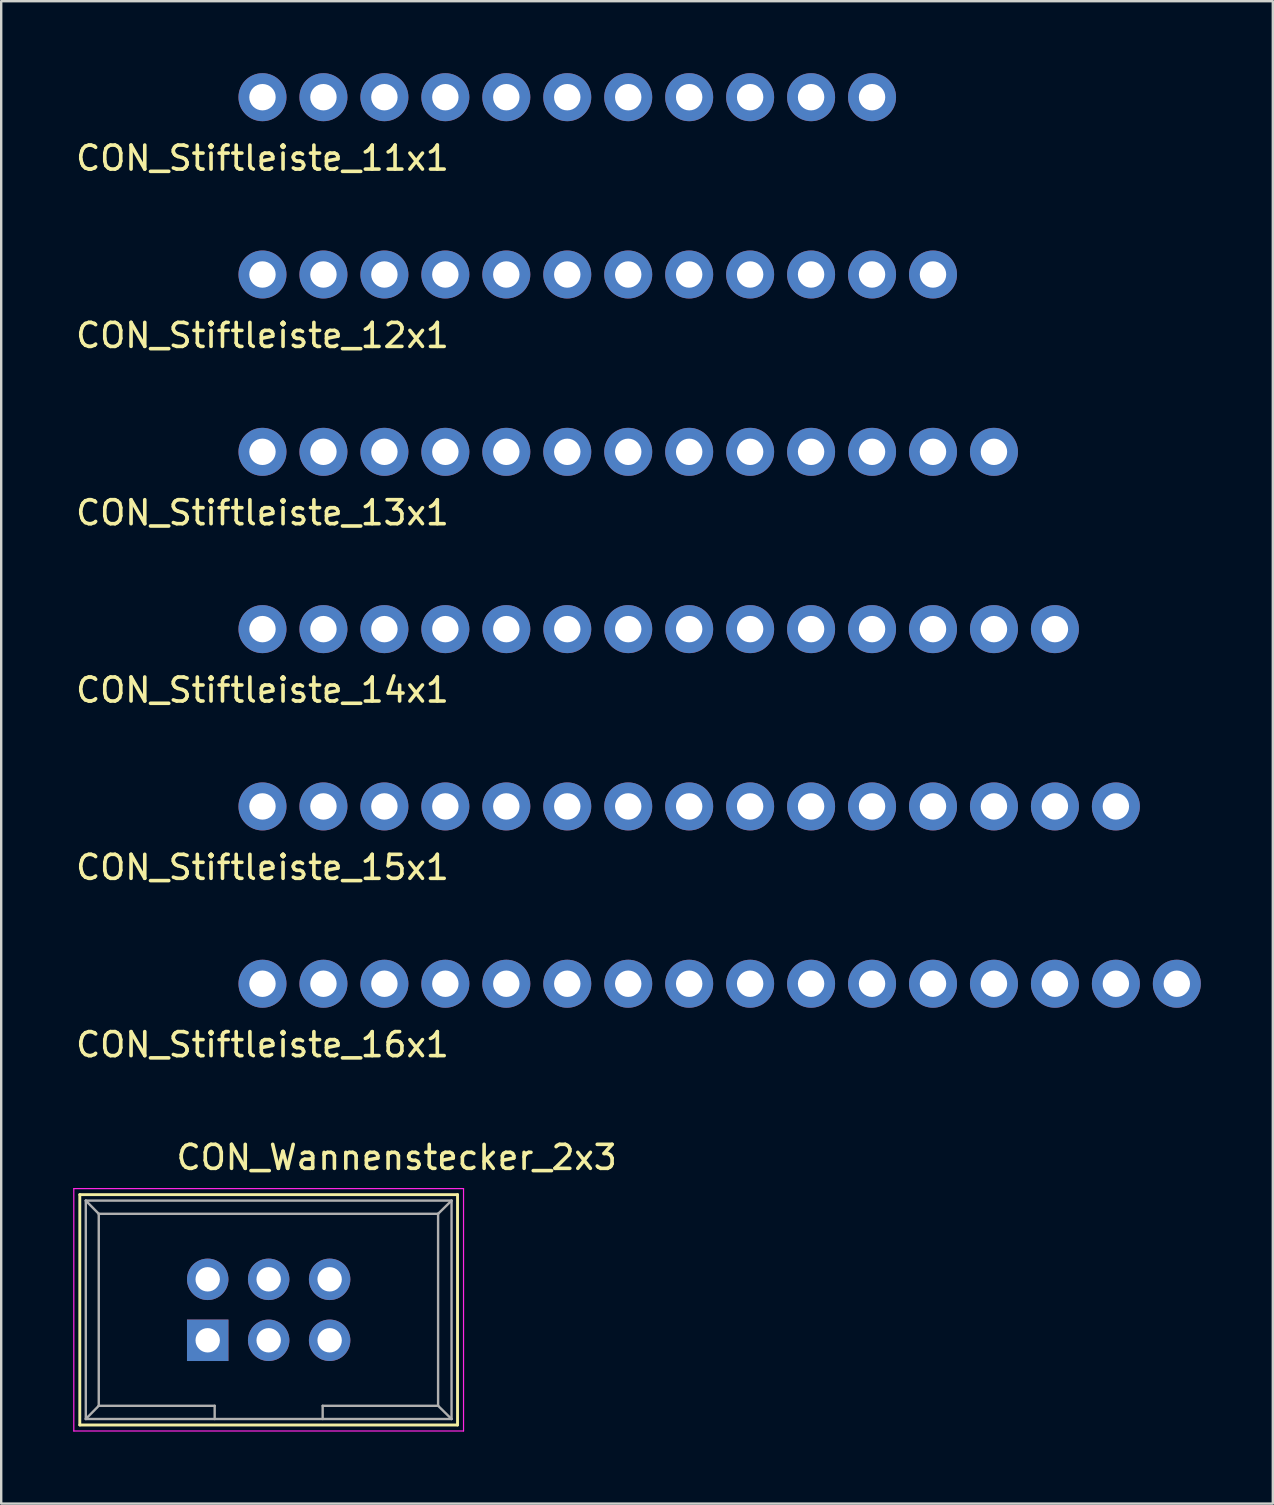
<source format=kicad_pcb>
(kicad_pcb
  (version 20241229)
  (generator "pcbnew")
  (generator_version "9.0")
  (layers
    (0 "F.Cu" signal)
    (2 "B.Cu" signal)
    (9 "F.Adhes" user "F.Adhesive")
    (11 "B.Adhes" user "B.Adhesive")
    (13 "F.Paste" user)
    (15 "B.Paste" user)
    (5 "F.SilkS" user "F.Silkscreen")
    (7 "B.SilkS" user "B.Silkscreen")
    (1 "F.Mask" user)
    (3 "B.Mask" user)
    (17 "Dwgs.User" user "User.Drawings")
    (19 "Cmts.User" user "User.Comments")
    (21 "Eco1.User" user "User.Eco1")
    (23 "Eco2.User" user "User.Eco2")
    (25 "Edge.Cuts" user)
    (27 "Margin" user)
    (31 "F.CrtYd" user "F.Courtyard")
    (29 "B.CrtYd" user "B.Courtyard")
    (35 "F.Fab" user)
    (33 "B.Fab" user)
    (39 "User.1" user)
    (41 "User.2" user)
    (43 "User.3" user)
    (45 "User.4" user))
  (footprint "CON_Stiftleiste_14x1"
    (layer "F.Cu")
    (at 7.887 23.165)
    (property "Reference" "CON_Stiftleiste_14x1" (at 0 2.54 0) (layer "F.SilkS") (effects (font (size 1 1) (thickness 0.15))))
    (attr through_hole)
    (pad "1" thru_hole circle (at 0 0) (size 2 2) (drill 1.1) (layers "*.Cu" "*.Mask"))
    (pad "2" thru_hole circle (at 2.54 0) (size 2 2) (drill 1.1) (layers "*.Cu" "*.Mask"))
    (pad "3" thru_hole circle (at 5.08 0) (size 2 2) (drill 1.1) (layers "*.Cu" "*.Mask"))
    (pad "4" thru_hole circle (at 7.62 0) (size 2 2) (drill 1.1) (layers "*.Cu" "*.Mask"))
    (pad "5" thru_hole circle (at 10.16 0) (size 2 2) (drill 1.1) (layers "*.Cu" "*.Mask"))
    (pad "6" thru_hole circle (at 12.7 0) (size 2 2) (drill 1.1) (layers "*.Cu" "*.Mask"))
    (pad "7" thru_hole circle (at 15.24 0) (size 2 2) (drill 1.1) (layers "*.Cu" "*.Mask"))
    (pad "8" thru_hole circle (at 17.78 0) (size 2 2) (drill 1.1) (layers "*.Cu" "*.Mask"))
    (pad "9" thru_hole circle (at 20.32 0) (size 2 2) (drill 1.1) (layers "*.Cu" "*.Mask"))
    (pad "10" thru_hole circle (at 22.86 0) (size 2 2) (drill 1.1) (layers "*.Cu" "*.Mask"))
    (pad "11" thru_hole circle (at 25.4 0) (size 2 2) (drill 1.1) (layers "*.Cu" "*.Mask"))
    (pad "12" thru_hole circle (at 27.94 0) (size 2 2) (drill 1.1) (layers "*.Cu" "*.Mask"))
    (pad "13" thru_hole circle (at 30.48 0) (size 2 2) (drill 1.1) (layers "*.Cu" "*.Mask"))
    (pad "14" thru_hole circle (at 33.02 0) (size 2 2) (drill 1.1) (layers "*.Cu" "*.Mask")))
  (footprint "CON_Stiftleiste_15x1"
    (layer "F.Cu")
    (at 7.887 30.553)
    (property "Reference" "CON_Stiftleiste_15x1" (at 0 2.54 0) (layer "F.SilkS") (effects (font (size 1 1) (thickness 0.15))))
    (attr through_hole)
    (pad "1" thru_hole circle (at 0 0) (size 2 2) (drill 1.1) (layers "*.Cu" "*.Mask"))
    (pad "2" thru_hole circle (at 2.54 0) (size 2 2) (drill 1.1) (layers "*.Cu" "*.Mask"))
    (pad "3" thru_hole circle (at 5.08 0) (size 2 2) (drill 1.1) (layers "*.Cu" "*.Mask"))
    (pad "4" thru_hole circle (at 7.62 0) (size 2 2) (drill 1.1) (layers "*.Cu" "*.Mask"))
    (pad "5" thru_hole circle (at 10.16 0) (size 2 2) (drill 1.1) (layers "*.Cu" "*.Mask"))
    (pad "6" thru_hole circle (at 12.7 0) (size 2 2) (drill 1.1) (layers "*.Cu" "*.Mask"))
    (pad "7" thru_hole circle (at 15.24 0) (size 2 2) (drill 1.1) (layers "*.Cu" "*.Mask"))
    (pad "8" thru_hole circle (at 17.78 0) (size 2 2) (drill 1.1) (layers "*.Cu" "*.Mask"))
    (pad "9" thru_hole circle (at 20.32 0) (size 2 2) (drill 1.1) (layers "*.Cu" "*.Mask"))
    (pad "10" thru_hole circle (at 22.86 0) (size 2 2) (drill 1.1) (layers "*.Cu" "*.Mask"))
    (pad "11" thru_hole circle (at 25.4 0) (size 2 2) (drill 1.1) (layers "*.Cu" "*.Mask"))
    (pad "12" thru_hole circle (at 27.94 0) (size 2 2) (drill 1.1) (layers "*.Cu" "*.Mask"))
    (pad "13" thru_hole circle (at 30.48 0) (size 2 2) (drill 1.1) (layers "*.Cu" "*.Mask"))
    (pad "14" thru_hole circle (at 33.02 0) (size 2 2) (drill 1.1) (layers "*.Cu" "*.Mask"))
    (pad "15" thru_hole circle (at 35.56 0) (size 2 2) (drill 1.1) (layers "*.Cu" "*.Mask")))
  (footprint "CON_Stiftleiste_12x1"
    (layer "F.Cu")
    (at 7.887 8.388)
    (property "Reference" "CON_Stiftleiste_12x1" (at 0 2.54 0) (layer "F.SilkS") (effects (font (size 1 1) (thickness 0.15))))
    (attr through_hole)
    (pad "1" thru_hole circle (at 0 0) (size 2 2) (drill 1.1) (layers "*.Cu" "*.Mask"))
    (pad "2" thru_hole circle (at 2.54 0) (size 2 2) (drill 1.1) (layers "*.Cu" "*.Mask"))
    (pad "3" thru_hole circle (at 5.08 0) (size 2 2) (drill 1.1) (layers "*.Cu" "*.Mask"))
    (pad "4" thru_hole circle (at 7.62 0) (size 2 2) (drill 1.1) (layers "*.Cu" "*.Mask"))
    (pad "5" thru_hole circle (at 10.16 0) (size 2 2) (drill 1.1) (layers "*.Cu" "*.Mask"))
    (pad "6" thru_hole circle (at 12.7 0) (size 2 2) (drill 1.1) (layers "*.Cu" "*.Mask"))
    (pad "7" thru_hole circle (at 15.24 0) (size 2 2) (drill 1.1) (layers "*.Cu" "*.Mask"))
    (pad "8" thru_hole circle (at 17.78 0) (size 2 2) (drill 1.1) (layers "*.Cu" "*.Mask"))
    (pad "9" thru_hole circle (at 20.32 0) (size 2 2) (drill 1.1) (layers "*.Cu" "*.Mask"))
    (pad "10" thru_hole circle (at 22.86 0) (size 2 2) (drill 1.1) (layers "*.Cu" "*.Mask"))
    (pad "11" thru_hole circle (at 25.4 0) (size 2 2) (drill 1.1) (layers "*.Cu" "*.Mask"))
    (pad "12" thru_hole circle (at 27.94 0) (size 2 2) (drill 1.1) (layers "*.Cu" "*.Mask")))
  (footprint "CON_Stiftleiste_11x1"
    (layer "F.Cu")
    (at 7.887 1)
    (property "Reference" "CON_Stiftleiste_11x1" (at 0 2.54 0) (layer "F.SilkS") (effects (font (size 1 1) (thickness 0.15))))
    (attr through_hole)
    (pad "1" thru_hole circle (at 0 0) (size 2 2) (drill 1.1) (layers "*.Cu" "*.Mask"))
    (pad "2" thru_hole circle (at 2.54 0) (size 2 2) (drill 1.1) (layers "*.Cu" "*.Mask"))
    (pad "3" thru_hole circle (at 5.08 0) (size 2 2) (drill 1.1) (layers "*.Cu" "*.Mask"))
    (pad "4" thru_hole circle (at 7.62 0) (size 2 2) (drill 1.1) (layers "*.Cu" "*.Mask"))
    (pad "5" thru_hole circle (at 10.16 0) (size 2 2) (drill 1.1) (layers "*.Cu" "*.Mask"))
    (pad "6" thru_hole circle (at 12.7 0) (size 2 2) (drill 1.1) (layers "*.Cu" "*.Mask"))
    (pad "7" thru_hole circle (at 15.24 0) (size 2 2) (drill 1.1) (layers "*.Cu" "*.Mask"))
    (pad "8" thru_hole circle (at 17.78 0) (size 2 2) (drill 1.1) (layers "*.Cu" "*.Mask"))
    (pad "9" thru_hole circle (at 20.32 0) (size 2 2) (drill 1.1) (layers "*.Cu" "*.Mask"))
    (pad "10" thru_hole circle (at 22.86 0) (size 2 2) (drill 1.1) (layers "*.Cu" "*.Mask"))
    (pad "11" thru_hole circle (at 25.4 0) (size 2 2) (drill 1.1) (layers "*.Cu" "*.Mask")))
  (footprint "CON_Stiftleiste_13x1"
    (layer "F.Cu")
    (at 7.887 15.777)
    (property "Reference" "CON_Stiftleiste_13x1" (at 0 2.54 0) (layer "F.SilkS") (effects (font (size 1 1) (thickness 0.15))))
    (attr through_hole)
    (pad "1" thru_hole circle (at 0 0) (size 2 2) (drill 1.1) (layers "*.Cu" "*.Mask"))
    (pad "2" thru_hole circle (at 2.54 0) (size 2 2) (drill 1.1) (layers "*.Cu" "*.Mask"))
    (pad "3" thru_hole circle (at 5.08 0) (size 2 2) (drill 1.1) (layers "*.Cu" "*.Mask"))
    (pad "4" thru_hole circle (at 7.62 0) (size 2 2) (drill 1.1) (layers "*.Cu" "*.Mask"))
    (pad "5" thru_hole circle (at 10.16 0) (size 2 2) (drill 1.1) (layers "*.Cu" "*.Mask"))
    (pad "6" thru_hole circle (at 12.7 0) (size 2 2) (drill 1.1) (layers "*.Cu" "*.Mask"))
    (pad "7" thru_hole circle (at 15.24 0) (size 2 2) (drill 1.1) (layers "*.Cu" "*.Mask"))
    (pad "8" thru_hole circle (at 17.78 0) (size 2 2) (drill 1.1) (layers "*.Cu" "*.Mask"))
    (pad "9" thru_hole circle (at 20.32 0) (size 2 2) (drill 1.1) (layers "*.Cu" "*.Mask"))
    (pad "10" thru_hole circle (at 22.86 0) (size 2 2) (drill 1.1) (layers "*.Cu" "*.Mask"))
    (pad "11" thru_hole circle (at 25.4 0) (size 2 2) (drill 1.1) (layers "*.Cu" "*.Mask"))
    (pad "12" thru_hole circle (at 27.94 0) (size 2 2) (drill 1.1) (layers "*.Cu" "*.Mask"))
    (pad "13" thru_hole circle (at 30.48 0) (size 2 2) (drill 1.1) (layers "*.Cu" "*.Mask")))
  (footprint "CON_Stiftleiste_16x1"
    (layer "F.Cu")
    (at 7.887 37.941)
    (property "Reference" "CON_Stiftleiste_16x1" (at 0 2.54 0) (layer "F.SilkS") (effects (font (size 1 1) (thickness 0.15))))
    (attr through_hole)
    (pad "1" thru_hole circle (at 0 0) (size 2 2) (drill 1.1) (layers "*.Cu" "*.Mask"))
    (pad "2" thru_hole circle (at 2.54 0) (size 2 2) (drill 1.1) (layers "*.Cu" "*.Mask"))
    (pad "3" thru_hole circle (at 5.08 0) (size 2 2) (drill 1.1) (layers "*.Cu" "*.Mask"))
    (pad "4" thru_hole circle (at 7.62 0) (size 2 2) (drill 1.1) (layers "*.Cu" "*.Mask"))
    (pad "5" thru_hole circle (at 10.16 0) (size 2 2) (drill 1.1) (layers "*.Cu" "*.Mask"))
    (pad "6" thru_hole circle (at 12.7 0) (size 2 2) (drill 1.1) (layers "*.Cu" "*.Mask"))
    (pad "7" thru_hole circle (at 15.24 0) (size 2 2) (drill 1.1) (layers "*.Cu" "*.Mask"))
    (pad "8" thru_hole circle (at 17.78 0) (size 2 2) (drill 1.1) (layers "*.Cu" "*.Mask"))
    (pad "9" thru_hole circle (at 20.32 0) (size 2 2) (drill 1.1) (layers "*.Cu" "*.Mask"))
    (pad "10" thru_hole circle (at 22.86 0) (size 2 2) (drill 1.1) (layers "*.Cu" "*.Mask"))
    (pad "11" thru_hole circle (at 25.4 0) (size 2 2) (drill 1.1) (layers "*.Cu" "*.Mask"))
    (pad "12" thru_hole circle (at 27.94 0) (size 2 2) (drill 1.1) (layers "*.Cu" "*.Mask"))
    (pad "13" thru_hole circle (at 30.48 0) (size 2 2) (drill 1.1) (layers "*.Cu" "*.Mask"))
    (pad "14" thru_hole circle (at 33.02 0) (size 2 2) (drill 1.1) (layers "*.Cu" "*.Mask"))
    (pad "15" thru_hole circle (at 35.56 0) (size 2 2) (drill 1.1) (layers "*.Cu" "*.Mask"))
    (pad "16" thru_hole circle (at 38.1 0) (size 2 2) (drill 1.1) (layers "*.Cu" "*.Mask")))
  (footprint "CON_Wannenstecker_2x3"
    (layer "F.Cu")
    (at 5.605 52.798)
    (property "Reference" "CON_Wannenstecker_2x3" (at 7.874 -7.62 0) (layer "F.SilkS") (effects (font (size 1 1) (thickness 0.15))))
    (attr through_hole)
    (fp_line (start -5.33 -6.07) (end 10.41 -6.07) (stroke (width 0.12) (type solid)) (layer "F.SilkS"))
    (fp_line (start -5.33 3.53) (end -5.33 -6.07) (stroke (width 0.12) (type solid)) (layer "F.SilkS"))
    (fp_line (start 10.41 -6.07) (end 10.41 3.53) (stroke (width 0.12) (type solid)) (layer "F.SilkS"))
    (fp_line (start 10.41 3.53) (end -5.33 3.53) (stroke (width 0.12) (type solid)) (layer "F.SilkS"))
    (fp_line (start -5.58 -6.32) (end 10.66 -6.32) (stroke (width 0.05) (type solid)) (layer "F.CrtYd"))
    (fp_line (start -5.58 3.78) (end -5.58 -6.32) (stroke (width 0.05) (type solid)) (layer "F.CrtYd"))
    (fp_line (start 10.66 -6.32) (end 10.66 3.78) (stroke (width 0.05) (type solid)) (layer "F.CrtYd"))
    (fp_line (start 10.66 3.78) (end -5.58 3.78) (stroke (width 0.05) (type solid)) (layer "F.CrtYd"))
    (fp_line (start -5.08 -5.82) (end -5.08 3.28) (stroke (width 0.1) (type solid)) (layer "F.Fab"))
    (fp_line (start -5.08 -5.82) (end -4.54 -5.27) (stroke (width 0.1) (type solid)) (layer "F.Fab"))
    (fp_line (start -5.08 -5.82) (end 10.16 -5.82) (stroke (width 0.1) (type solid)) (layer "F.Fab"))
    (fp_line (start -5.08 3.28) (end -4.54 2.73) (stroke (width 0.1) (type solid)) (layer "F.Fab"))
    (fp_line (start -5.08 3.28) (end 10.16 3.28) (stroke (width 0.1) (type solid)) (layer "F.Fab"))
    (fp_line (start -4.54 -5.27) (end -4.54 2.73) (stroke (width 0.1) (type solid)) (layer "F.Fab"))
    (fp_line (start -4.54 -5.27) (end 9.6 -5.27) (stroke (width 0.1) (type solid)) (layer "F.Fab"))
    (fp_line (start -4.54 2.73) (end 0.29 2.73) (stroke (width 0.1) (type solid)) (layer "F.Fab"))
    (fp_line (start 0.29 2.73) (end 0.29 3.28) (stroke (width 0.1) (type solid)) (layer "F.Fab"))
    (fp_line (start 4.79 2.73) (end 4.79 3.28) (stroke (width 0.1) (type solid)) (layer "F.Fab"))
    (fp_line (start 4.79 2.73) (end 9.6 2.73) (stroke (width 0.1) (type solid)) (layer "F.Fab"))
    (fp_line (start 9.6 -5.27) (end 9.6 2.73) (stroke (width 0.1) (type solid)) (layer "F.Fab"))
    (fp_line (start 10.16 -5.82) (end 9.6 -5.27) (stroke (width 0.1) (type solid)) (layer "F.Fab"))
    (fp_line (start 10.16 -5.82) (end 10.16 3.28) (stroke (width 0.1) (type solid)) (layer "F.Fab"))
    (fp_line (start 10.16 3.28) (end 9.6 2.73) (stroke (width 0.1) (type solid)) (layer "F.Fab"))
    (pad "1" thru_hole rect (at 0 0) (size 1.727 1.727) (drill 1.016) (layers "*.Cu" "*.Mask"))
    (pad "2" thru_hole oval (at 0 -2.54) (size 1.727 1.727) (drill 1.016) (layers "*.Cu" "*.Mask"))
    (pad "3" thru_hole oval (at 2.54 0) (size 1.727 1.727) (drill 1.016) (layers "*.Cu" "*.Mask"))
    (pad "4" thru_hole oval (at 2.54 -2.54) (size 1.727 1.727) (drill 1.016) (layers "*.Cu" "*.Mask"))
    (pad "5" thru_hole oval (at 5.08 0) (size 1.727 1.727) (drill 1.016) (layers "*.Cu" "*.Mask"))
    (pad "6" thru_hole oval (at 5.08 -2.54) (size 1.727 1.727) (drill 1.016) (layers "*.Cu" "*.Mask")))
  (gr_rect
    (start -3 -3)
    (end 49.987 59.603)
    (stroke (width 0.1) (type default))
    (fill no)
    (layer "Edge.Cuts")))
</source>
